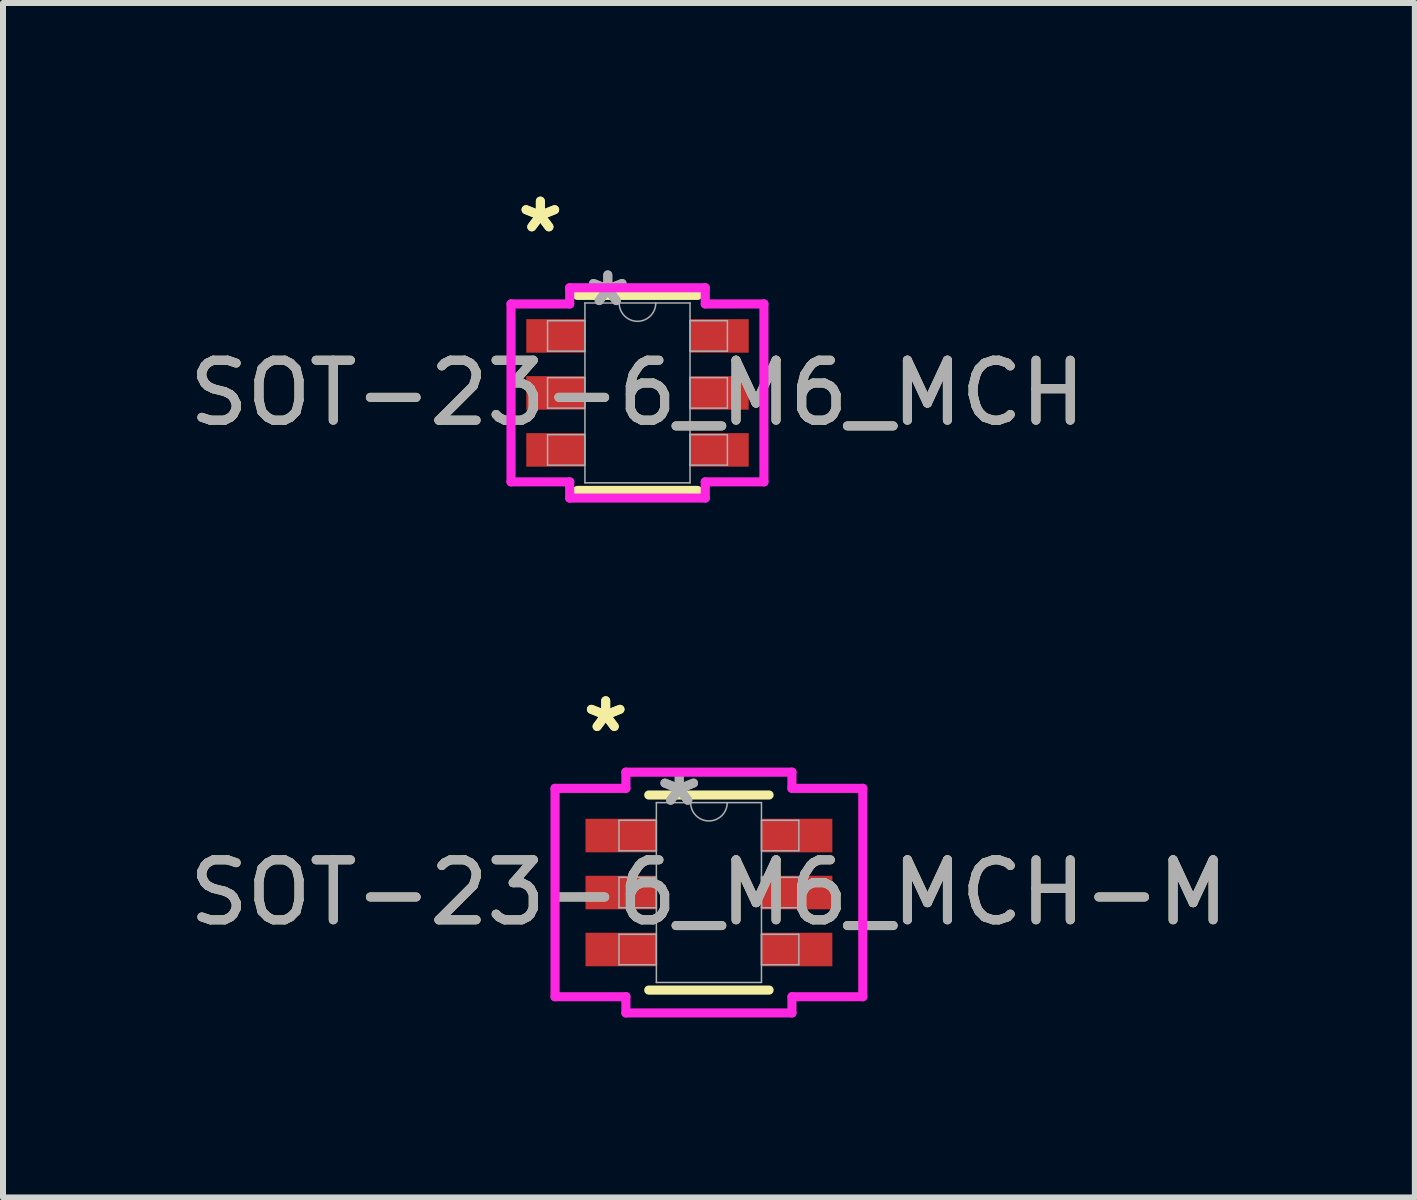
<source format=kicad_pcb>
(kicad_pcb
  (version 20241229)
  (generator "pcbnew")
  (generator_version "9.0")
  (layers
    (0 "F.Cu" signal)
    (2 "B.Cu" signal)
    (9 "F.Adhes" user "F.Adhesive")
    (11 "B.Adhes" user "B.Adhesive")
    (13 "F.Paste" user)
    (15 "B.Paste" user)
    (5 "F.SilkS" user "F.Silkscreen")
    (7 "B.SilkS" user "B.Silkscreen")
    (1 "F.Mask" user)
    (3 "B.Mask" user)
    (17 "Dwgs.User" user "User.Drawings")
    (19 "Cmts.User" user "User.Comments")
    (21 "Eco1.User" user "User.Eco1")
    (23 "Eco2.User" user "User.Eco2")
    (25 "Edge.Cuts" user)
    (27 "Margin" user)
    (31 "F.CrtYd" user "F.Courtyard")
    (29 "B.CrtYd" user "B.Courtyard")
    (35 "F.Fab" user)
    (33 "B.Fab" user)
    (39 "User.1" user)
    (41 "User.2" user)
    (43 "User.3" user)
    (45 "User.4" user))
  (footprint "SOT-23-6_M6_MCH"
    (layer "F.Cu")
    (at 7.577 3.5)
    (property "Reference" "SOT-23-6_M6_MCH" (at 0 0 0) (unlocked yes) (layer "F.SilkS") (effects (font (size 1 1) (thickness 0.15))))
    (attr smd)
    (fp_line (start -1.003 1.626) (end 1.003 1.626) (stroke (width 0.152) (type solid)) (layer "F.SilkS"))
    (fp_line (start 1.003 -1.626) (end -1.003 -1.626) (stroke (width 0.152) (type solid)) (layer "F.SilkS"))
    (fp_line (start -2.108 -1.483) (end -1.13 -1.483) (stroke (width 0.152) (type solid)) (layer "F.CrtYd"))
    (fp_line (start -2.108 1.483) (end -2.108 -1.483) (stroke (width 0.152) (type solid)) (layer "F.CrtYd"))
    (fp_line (start -2.108 1.483) (end -1.13 1.483) (stroke (width 0.152) (type solid)) (layer "F.CrtYd"))
    (fp_line (start -1.13 -1.753) (end 1.13 -1.753) (stroke (width 0.152) (type solid)) (layer "F.CrtYd"))
    (fp_line (start -1.13 -1.483) (end -1.13 -1.753) (stroke (width 0.152) (type solid)) (layer "F.CrtYd"))
    (fp_line (start -1.13 1.753) (end -1.13 1.483) (stroke (width 0.152) (type solid)) (layer "F.CrtYd"))
    (fp_line (start 1.13 -1.753) (end 1.13 -1.483) (stroke (width 0.152) (type solid)) (layer "F.CrtYd"))
    (fp_line (start 1.13 1.483) (end 1.13 1.753) (stroke (width 0.152) (type solid)) (layer "F.CrtYd"))
    (fp_line (start 1.13 1.753) (end -1.13 1.753) (stroke (width 0.152) (type solid)) (layer "F.CrtYd"))
    (fp_line (start 2.108 -1.483) (end 1.13 -1.483) (stroke (width 0.152) (type solid)) (layer "F.CrtYd"))
    (fp_line (start 2.108 -1.483) (end 2.108 1.483) (stroke (width 0.152) (type solid)) (layer "F.CrtYd"))
    (fp_line (start 2.108 1.483) (end 1.13 1.483) (stroke (width 0.152) (type solid)) (layer "F.CrtYd"))
    (fp_line (start -1.499 -1.204) (end -1.499 -0.696) (stroke (width 0.025) (type solid)) (layer "F.Fab"))
    (fp_line (start -1.499 -0.696) (end -0.876 -0.696) (stroke (width 0.025) (type solid)) (layer "F.Fab"))
    (fp_line (start -1.499 -0.254) (end -1.499 0.254) (stroke (width 0.025) (type solid)) (layer "F.Fab"))
    (fp_line (start -1.499 0.254) (end -0.876 0.254) (stroke (width 0.025) (type solid)) (layer "F.Fab"))
    (fp_line (start -1.499 0.696) (end -1.499 1.204) (stroke (width 0.025) (type solid)) (layer "F.Fab"))
    (fp_line (start -1.499 1.204) (end -0.876 1.204) (stroke (width 0.025) (type solid)) (layer "F.Fab"))
    (fp_line (start -0.876 -1.499) (end -0.876 1.499) (stroke (width 0.025) (type solid)) (layer "F.Fab"))
    (fp_line (start -0.876 -1.204) (end -1.499 -1.204) (stroke (width 0.025) (type solid)) (layer "F.Fab"))
    (fp_line (start -0.876 -0.696) (end -0.876 -1.204) (stroke (width 0.025) (type solid)) (layer "F.Fab"))
    (fp_line (start -0.876 -0.254) (end -1.499 -0.254) (stroke (width 0.025) (type solid)) (layer "F.Fab"))
    (fp_line (start -0.876 0.254) (end -0.876 -0.254) (stroke (width 0.025) (type solid)) (layer "F.Fab"))
    (fp_line (start -0.876 0.696) (end -1.499 0.696) (stroke (width 0.025) (type solid)) (layer "F.Fab"))
    (fp_line (start -0.876 1.204) (end -0.876 0.696) (stroke (width 0.025) (type solid)) (layer "F.Fab"))
    (fp_line (start -0.876 1.499) (end 0.876 1.499) (stroke (width 0.025) (type solid)) (layer "F.Fab"))
    (fp_line (start 0.876 -1.499) (end -0.876 -1.499) (stroke (width 0.025) (type solid)) (layer "F.Fab"))
    (fp_line (start 0.876 -1.204) (end 0.876 -0.696) (stroke (width 0.025) (type solid)) (layer "F.Fab"))
    (fp_line (start 0.876 -0.696) (end 1.499 -0.696) (stroke (width 0.025) (type solid)) (layer "F.Fab"))
    (fp_line (start 0.876 -0.254) (end 0.876 0.254) (stroke (width 0.025) (type solid)) (layer "F.Fab"))
    (fp_line (start 0.876 0.254) (end 1.499 0.254) (stroke (width 0.025) (type solid)) (layer "F.Fab"))
    (fp_line (start 0.876 0.696) (end 0.876 1.204) (stroke (width 0.025) (type solid)) (layer "F.Fab"))
    (fp_line (start 0.876 1.204) (end 1.499 1.204) (stroke (width 0.025) (type solid)) (layer "F.Fab"))
    (fp_line (start 0.876 1.499) (end 0.876 -1.499) (stroke (width 0.025) (type solid)) (layer "F.Fab"))
    (fp_line (start 1.499 -1.204) (end 0.876 -1.204) (stroke (width 0.025) (type solid)) (layer "F.Fab"))
    (fp_line (start 1.499 -0.696) (end 1.499 -1.204) (stroke (width 0.025) (type solid)) (layer "F.Fab"))
    (fp_line (start 1.499 -0.254) (end 0.876 -0.254) (stroke (width 0.025) (type solid)) (layer "F.Fab"))
    (fp_line (start 1.499 0.254) (end 1.499 -0.254) (stroke (width 0.025) (type solid)) (layer "F.Fab"))
    (fp_line (start 1.499 0.696) (end 0.876 0.696) (stroke (width 0.025) (type solid)) (layer "F.Fab"))
    (fp_line (start 1.499 1.204) (end 1.499 0.696) (stroke (width 0.025) (type solid)) (layer "F.Fab"))
    (fp_arc (start 0.3048 -1.4986) (mid 0 -1.1938) (end -0.3048 -1.4986) (stroke (width 0.0254) (type solid)) (layer "F.Fab"))
    (fp_text user "*" (at -1.619 -2.652 0) (layer "F.SilkS") (effects (font (size 1 1) (thickness 0.15))))
    (fp_text user "*" (at -1.619 -2.652 0) (unlocked yes) (layer "F.SilkS") (effects (font (size 1 1) (thickness 0.15))))
    (fp_text user "*" (at -0.495 -1.422 0) (layer "F.Fab") (effects (font (size 1 1) (thickness 0.15))))
    (fp_text user "*" (at -0.495 -1.422 0) (unlocked yes) (layer "F.Fab") (effects (font (size 1 1) (thickness 0.15))))
    (fp_text user "${REFERENCE}" (at 0 0 0) (unlocked yes) (layer "F.Fab") (effects (font (size 1 1) (thickness 0.15))))
    (pad "1" smd rect (at -1.365 -0.95) (size 0.978 0.559) (layers "F.Cu" "F.Mask" "F.Paste"))
    (pad "2" smd rect (at -1.365 0) (size 0.978 0.559) (layers "F.Cu" "F.Mask" "F.Paste"))
    (pad "3" smd rect (at -1.365 0.95) (size 0.978 0.559) (layers "F.Cu" "F.Mask" "F.Paste"))
    (pad "4" smd rect (at 1.365 0.95) (size 0.978 0.559) (layers "F.Cu" "F.Mask" "F.Paste"))
    (pad "5" smd rect (at 1.365 0) (size 0.978 0.559) (layers "F.Cu" "F.Mask" "F.Paste"))
    (pad "6" smd rect (at 1.365 -0.95) (size 0.978 0.559) (layers "F.Cu" "F.Mask" "F.Paste")))
  (footprint "SOT-23-6_M6_MCH-M"
    (layer "F.Cu")
    (at 8.768 11.829)
    (property "Reference" "SOT-23-6_M6_MCH-M" (at 0 0 0) (unlocked yes) (layer "F.SilkS") (effects (font (size 1 1) (thickness 0.15))))
    (attr smd)
    (fp_line (start -1.003 1.626) (end 1.003 1.626) (stroke (width 0.152) (type solid)) (layer "F.SilkS"))
    (fp_line (start 1.003 -1.626) (end -1.003 -1.626) (stroke (width 0.152) (type solid)) (layer "F.SilkS"))
    (fp_line (start -2.565 -1.737) (end -1.384 -1.737) (stroke (width 0.152) (type solid)) (layer "F.CrtYd"))
    (fp_line (start -2.565 1.737) (end -2.565 -1.737) (stroke (width 0.152) (type solid)) (layer "F.CrtYd"))
    (fp_line (start -2.565 1.737) (end -1.384 1.737) (stroke (width 0.152) (type solid)) (layer "F.CrtYd"))
    (fp_line (start -1.384 -2.007) (end 1.384 -2.007) (stroke (width 0.152) (type solid)) (layer "F.CrtYd"))
    (fp_line (start -1.384 -1.737) (end -1.384 -2.007) (stroke (width 0.152) (type solid)) (layer "F.CrtYd"))
    (fp_line (start -1.384 2.007) (end -1.384 1.737) (stroke (width 0.152) (type solid)) (layer "F.CrtYd"))
    (fp_line (start 1.384 -2.007) (end 1.384 -1.737) (stroke (width 0.152) (type solid)) (layer "F.CrtYd"))
    (fp_line (start 1.384 1.737) (end 1.384 2.007) (stroke (width 0.152) (type solid)) (layer "F.CrtYd"))
    (fp_line (start 1.384 2.007) (end -1.384 2.007) (stroke (width 0.152) (type solid)) (layer "F.CrtYd"))
    (fp_line (start 2.565 -1.737) (end 1.384 -1.737) (stroke (width 0.152) (type solid)) (layer "F.CrtYd"))
    (fp_line (start 2.565 -1.737) (end 2.565 1.737) (stroke (width 0.152) (type solid)) (layer "F.CrtYd"))
    (fp_line (start 2.565 1.737) (end 1.384 1.737) (stroke (width 0.152) (type solid)) (layer "F.CrtYd"))
    (fp_line (start -1.499 -1.204) (end -1.499 -0.696) (stroke (width 0.025) (type solid)) (layer "F.Fab"))
    (fp_line (start -1.499 -0.696) (end -0.876 -0.696) (stroke (width 0.025) (type solid)) (layer "F.Fab"))
    (fp_line (start -1.499 -0.254) (end -1.499 0.254) (stroke (width 0.025) (type solid)) (layer "F.Fab"))
    (fp_line (start -1.499 0.254) (end -0.876 0.254) (stroke (width 0.025) (type solid)) (layer "F.Fab"))
    (fp_line (start -1.499 0.696) (end -1.499 1.204) (stroke (width 0.025) (type solid)) (layer "F.Fab"))
    (fp_line (start -1.499 1.204) (end -0.876 1.204) (stroke (width 0.025) (type solid)) (layer "F.Fab"))
    (fp_line (start -0.876 -1.499) (end -0.876 1.499) (stroke (width 0.025) (type solid)) (layer "F.Fab"))
    (fp_line (start -0.876 -1.204) (end -1.499 -1.204) (stroke (width 0.025) (type solid)) (layer "F.Fab"))
    (fp_line (start -0.876 -0.696) (end -0.876 -1.204) (stroke (width 0.025) (type solid)) (layer "F.Fab"))
    (fp_line (start -0.876 -0.254) (end -1.499 -0.254) (stroke (width 0.025) (type solid)) (layer "F.Fab"))
    (fp_line (start -0.876 0.254) (end -0.876 -0.254) (stroke (width 0.025) (type solid)) (layer "F.Fab"))
    (fp_line (start -0.876 0.696) (end -1.499 0.696) (stroke (width 0.025) (type solid)) (layer "F.Fab"))
    (fp_line (start -0.876 1.204) (end -0.876 0.696) (stroke (width 0.025) (type solid)) (layer "F.Fab"))
    (fp_line (start -0.876 1.499) (end 0.876 1.499) (stroke (width 0.025) (type solid)) (layer "F.Fab"))
    (fp_line (start 0.876 -1.499) (end -0.876 -1.499) (stroke (width 0.025) (type solid)) (layer "F.Fab"))
    (fp_line (start 0.876 -1.204) (end 0.876 -0.696) (stroke (width 0.025) (type solid)) (layer "F.Fab"))
    (fp_line (start 0.876 -0.696) (end 1.499 -0.696) (stroke (width 0.025) (type solid)) (layer "F.Fab"))
    (fp_line (start 0.876 -0.254) (end 0.876 0.254) (stroke (width 0.025) (type solid)) (layer "F.Fab"))
    (fp_line (start 0.876 0.254) (end 1.499 0.254) (stroke (width 0.025) (type solid)) (layer "F.Fab"))
    (fp_line (start 0.876 0.696) (end 0.876 1.204) (stroke (width 0.025) (type solid)) (layer "F.Fab"))
    (fp_line (start 0.876 1.204) (end 1.499 1.204) (stroke (width 0.025) (type solid)) (layer "F.Fab"))
    (fp_line (start 0.876 1.499) (end 0.876 -1.499) (stroke (width 0.025) (type solid)) (layer "F.Fab"))
    (fp_line (start 1.499 -1.204) (end 0.876 -1.204) (stroke (width 0.025) (type solid)) (layer "F.Fab"))
    (fp_line (start 1.499 -0.696) (end 1.499 -1.204) (stroke (width 0.025) (type solid)) (layer "F.Fab"))
    (fp_line (start 1.499 -0.254) (end 0.876 -0.254) (stroke (width 0.025) (type solid)) (layer "F.Fab"))
    (fp_line (start 1.499 0.254) (end 1.499 -0.254) (stroke (width 0.025) (type solid)) (layer "F.Fab"))
    (fp_line (start 1.499 0.696) (end 0.876 0.696) (stroke (width 0.025) (type solid)) (layer "F.Fab"))
    (fp_line (start 1.499 1.204) (end 1.499 0.696) (stroke (width 0.025) (type solid)) (layer "F.Fab"))
    (fp_arc (start 0.3048 -1.4986) (mid 0 -1.1938) (end -0.3048 -1.4986) (stroke (width 0.0254) (type solid)) (layer "F.Fab"))
    (fp_text user "*" (at -1.721 -2.652 0) (layer "F.SilkS") (effects (font (size 1 1) (thickness 0.15))))
    (fp_text user "*" (at -1.721 -2.652 0) (unlocked yes) (layer "F.SilkS") (effects (font (size 1 1) (thickness 0.15))))
    (fp_text user "*" (at -0.495 -1.422 0) (unlocked yes) (layer "F.Fab") (effects (font (size 1 1) (thickness 0.15))))
    (fp_text user "*" (at -0.495 -1.422 0) (layer "F.Fab") (effects (font (size 1 1) (thickness 0.15))))
    (fp_text user "${REFERENCE}" (at 0 0 0) (unlocked yes) (layer "F.Fab") (effects (font (size 1 1) (thickness 0.15))))
    (pad "1" smd rect (at -1.467 -0.95) (size 1.181 0.559) (layers "F.Cu" "F.Mask" "F.Paste"))
    (pad "2" smd rect (at -1.467 0) (size 1.181 0.559) (layers "F.Cu" "F.Mask" "F.Paste"))
    (pad "3" smd rect (at -1.467 0.95) (size 1.181 0.559) (layers "F.Cu" "F.Mask" "F.Paste"))
    (pad "4" smd rect (at 1.467 0.95) (size 1.181 0.559) (layers "F.Cu" "F.Mask" "F.Paste"))
    (pad "5" smd rect (at 1.467 0) (size 1.181 0.559) (layers "F.Cu" "F.Mask" "F.Paste"))
    (pad "6" smd rect (at 1.467 -0.95) (size 1.181 0.559) (layers "F.Cu" "F.Mask" "F.Paste")))
  (gr_rect
    (start -3 -3)
    (end 20.536 16.912)
    (stroke (width 0.1) (type default))
    (fill no)
    (layer "Edge.Cuts")))
</source>
